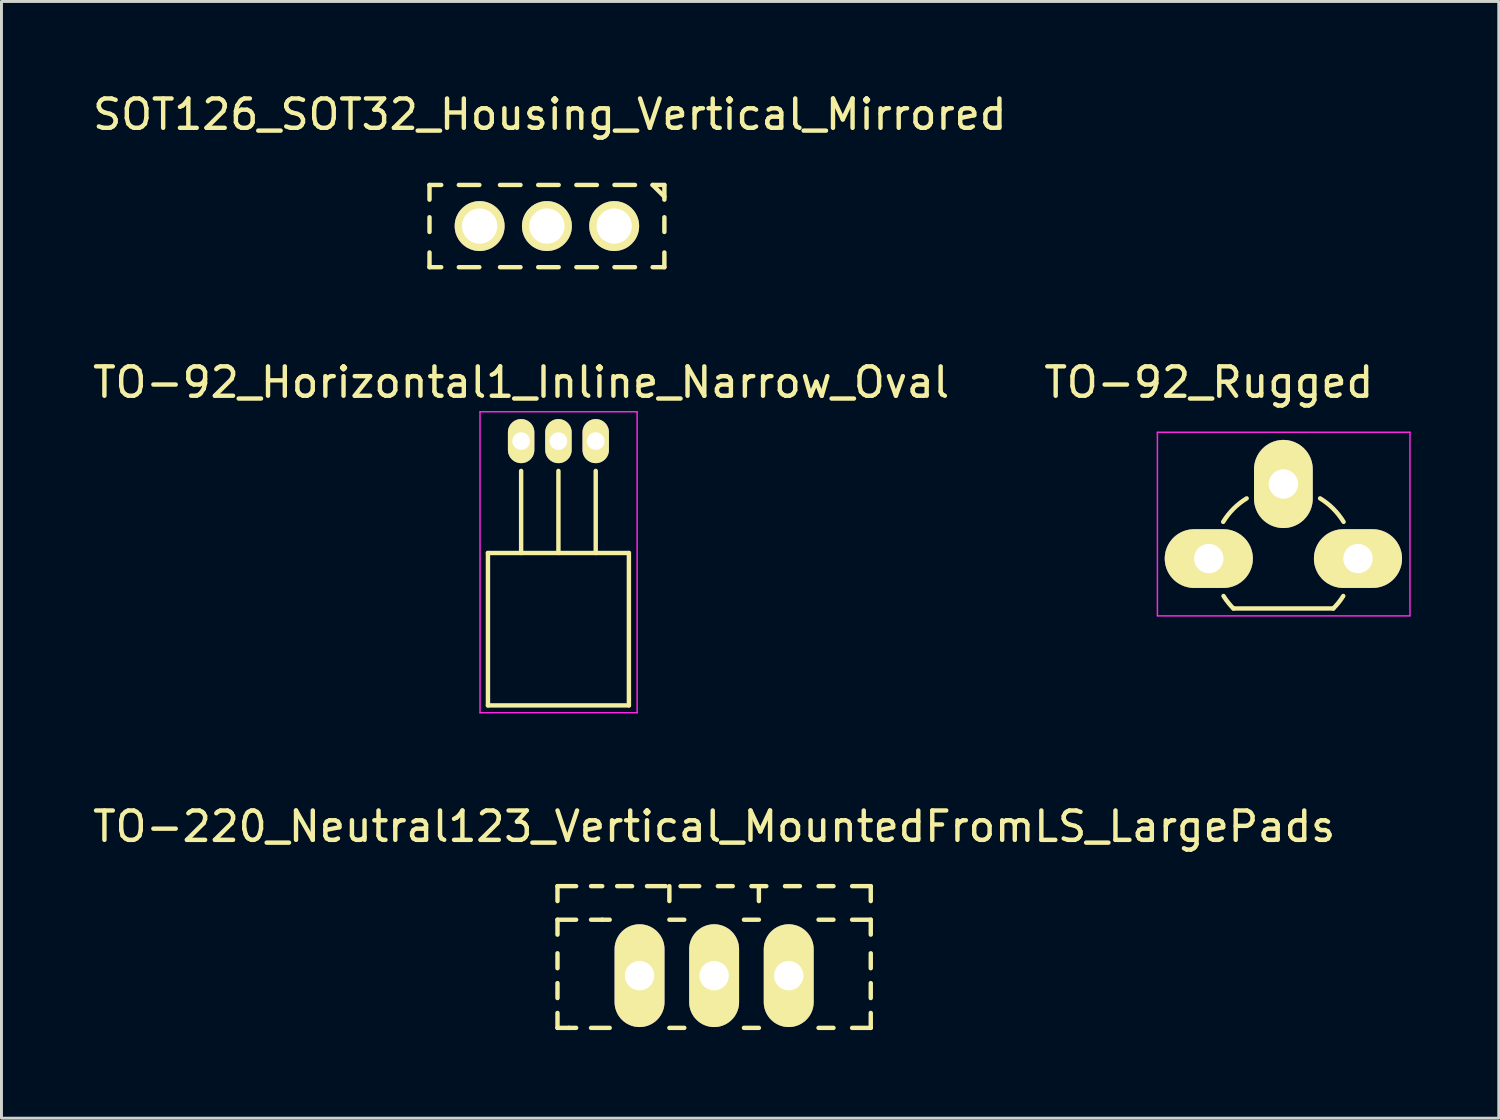
<source format=kicad_pcb>
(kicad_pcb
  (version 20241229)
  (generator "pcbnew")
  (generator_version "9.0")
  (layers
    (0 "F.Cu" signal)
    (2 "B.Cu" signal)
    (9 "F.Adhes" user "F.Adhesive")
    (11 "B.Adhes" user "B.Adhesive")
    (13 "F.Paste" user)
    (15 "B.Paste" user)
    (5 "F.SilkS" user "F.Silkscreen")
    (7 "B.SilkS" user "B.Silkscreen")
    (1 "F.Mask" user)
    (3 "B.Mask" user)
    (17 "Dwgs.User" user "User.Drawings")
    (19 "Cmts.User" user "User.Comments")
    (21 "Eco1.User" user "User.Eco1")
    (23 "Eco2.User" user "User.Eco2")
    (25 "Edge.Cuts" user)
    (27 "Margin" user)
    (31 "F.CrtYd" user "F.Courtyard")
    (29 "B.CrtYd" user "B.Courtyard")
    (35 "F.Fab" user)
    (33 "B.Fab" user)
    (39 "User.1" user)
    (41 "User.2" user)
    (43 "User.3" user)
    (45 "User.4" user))
  (footprint "TO-220_Neutral123_Vertical_MountedFromLS_LargePads"
    (layer "F.Cu")
    (at 21.268 30.174)
    (property "Reference" "TO-220_Neutral123_Vertical_MountedFromLS_LargePads" (at 0 -5.08 0) (layer "F.SilkS") (effects (font (size 1 1) (thickness 0.15))))
    (attr through_hole)
    (fp_line (start -5.334 -3.048) (end -4.699 -3.048) (stroke (width 0.15) (type solid)) (layer "F.SilkS"))
    (fp_line (start -5.334 -2.54) (end -5.334 -3.048) (stroke (width 0.15) (type solid)) (layer "F.SilkS"))
    (fp_line (start -5.334 -1.397) (end -5.334 -1.905) (stroke (width 0.15) (type solid)) (layer "F.SilkS"))
    (fp_line (start -5.334 -0.254) (end -5.334 -0.762) (stroke (width 0.15) (type solid)) (layer "F.SilkS"))
    (fp_line (start -5.334 0.762) (end -5.334 0.254) (stroke (width 0.15) (type solid)) (layer "F.SilkS"))
    (fp_line (start -5.334 1.778) (end -5.334 1.27) (stroke (width 0.15) (type solid)) (layer "F.SilkS"))
    (fp_line (start -5.334 1.778) (end -4.953 1.778) (stroke (width 0.15) (type solid)) (layer "F.SilkS"))
    (fp_line (start -4.953 1.778) (end -4.699 1.778) (stroke (width 0.15) (type solid)) (layer "F.SilkS"))
    (fp_line (start -4.699 -1.905) (end -5.334 -1.905) (stroke (width 0.15) (type solid)) (layer "F.SilkS"))
    (fp_line (start -4.191 -3.048) (end -3.81 -3.048) (stroke (width 0.15) (type solid)) (layer "F.SilkS"))
    (fp_line (start -3.81 -1.905) (end -4.191 -1.905) (stroke (width 0.15) (type solid)) (layer "F.SilkS"))
    (fp_line (start -3.81 -1.905) (end -3.556 -1.905) (stroke (width 0.15) (type solid)) (layer "F.SilkS"))
    (fp_line (start -3.556 1.778) (end -4.191 1.778) (stroke (width 0.15) (type solid)) (layer "F.SilkS"))
    (fp_line (start -3.302 -3.048) (end -2.794 -3.048) (stroke (width 0.15) (type solid)) (layer "F.SilkS"))
    (fp_line (start -2.286 -3.048) (end -1.651 -3.048) (stroke (width 0.15) (type solid)) (layer "F.SilkS"))
    (fp_line (start -1.524 -3.048) (end -1.524 -2.54) (stroke (width 0.15) (type solid)) (layer "F.SilkS"))
    (fp_line (start -1.524 -1.905) (end -1.016 -1.905) (stroke (width 0.15) (type solid)) (layer "F.SilkS"))
    (fp_line (start -1.143 -3.048) (end -0.508 -3.048) (stroke (width 0.15) (type solid)) (layer "F.SilkS"))
    (fp_line (start -1.016 1.778) (end -1.524 1.778) (stroke (width 0.15) (type solid)) (layer "F.SilkS"))
    (fp_line (start 0.127 -3.048) (end 0.635 -3.048) (stroke (width 0.15) (type solid)) (layer "F.SilkS"))
    (fp_line (start 1.016 -1.905) (end 1.524 -1.905) (stroke (width 0.15) (type solid)) (layer "F.SilkS"))
    (fp_line (start 1.27 -3.048) (end 1.778 -3.048) (stroke (width 0.15) (type solid)) (layer "F.SilkS"))
    (fp_line (start 1.524 -3.048) (end 1.524 -2.54) (stroke (width 0.15) (type solid)) (layer "F.SilkS"))
    (fp_line (start 1.524 1.778) (end 1.016 1.778) (stroke (width 0.15) (type solid)) (layer "F.SilkS"))
    (fp_line (start 2.413 -3.048) (end 2.921 -3.048) (stroke (width 0.15) (type solid)) (layer "F.SilkS"))
    (fp_line (start 3.556 -3.048) (end 4.064 -3.048) (stroke (width 0.15) (type solid)) (layer "F.SilkS"))
    (fp_line (start 3.556 -1.905) (end 4.064 -1.905) (stroke (width 0.15) (type solid)) (layer "F.SilkS"))
    (fp_line (start 3.556 1.778) (end 4.064 1.778) (stroke (width 0.15) (type solid)) (layer "F.SilkS"))
    (fp_line (start 4.699 -3.048) (end 5.334 -3.048) (stroke (width 0.15) (type solid)) (layer "F.SilkS"))
    (fp_line (start 4.699 -1.905) (end 5.334 -1.905) (stroke (width 0.15) (type solid)) (layer "F.SilkS"))
    (fp_line (start 4.699 1.778) (end 5.334 1.778) (stroke (width 0.15) (type solid)) (layer "F.SilkS"))
    (fp_line (start 5.334 -3.048) (end 5.334 -2.54) (stroke (width 0.15) (type solid)) (layer "F.SilkS"))
    (fp_line (start 5.334 -1.905) (end 5.334 -1.397) (stroke (width 0.15) (type solid)) (layer "F.SilkS"))
    (fp_line (start 5.334 -0.762) (end 5.334 -0.254) (stroke (width 0.15) (type solid)) (layer "F.SilkS"))
    (fp_line (start 5.334 0.254) (end 5.334 0.762) (stroke (width 0.15) (type solid)) (layer "F.SilkS"))
    (fp_line (start 5.334 1.27) (end 5.334 1.778) (stroke (width 0.15) (type solid)) (layer "F.SilkS"))
    (pad "1" thru_hole oval (at 2.54 0 90) (size 3.5 1.699) (drill 1.001) (layers "*.Cu" "*.Mask" "F.SilkS"))
    (pad "2" thru_hole oval (at 0 0 90) (size 3.5 1.699) (drill 1.001) (layers "*.Cu" "*.Mask" "F.SilkS"))
    (pad "3" thru_hole oval (at -2.54 0 90) (size 3.5 1.699) (drill 1.001) (layers "*.Cu" "*.Mask" "F.SilkS")))
  (footprint "TO-92_Horizontal1_Inline_Narrow_Oval"
    (layer "F.Cu")
    (at 14.696 11.971)
    (property "Reference" "TO-92_Horizontal1_Inline_Narrow_Oval" (at 0 -2 180) (layer "F.SilkS") (effects (font (size 1 1) (thickness 0.15))))
    (attr through_hole)
    (fp_line (start -1.13 3.81) (end 3.67 3.81) (stroke (width 0.15) (type solid)) (layer "F.SilkS"))
    (fp_line (start -1.13 9) (end -1.13 3.81) (stroke (width 0.15) (type solid)) (layer "F.SilkS"))
    (fp_line (start 0 1.016) (end 0 3.81) (stroke (width 0.15) (type solid)) (layer "F.SilkS"))
    (fp_line (start 1.27 1.016) (end 1.27 3.81) (stroke (width 0.15) (type solid)) (layer "F.SilkS"))
    (fp_line (start 2.54 1.016) (end 2.54 3.81) (stroke (width 0.15) (type solid)) (layer "F.SilkS"))
    (fp_line (start 3.67 3.81) (end 3.67 9) (stroke (width 0.15) (type solid)) (layer "F.SilkS"))
    (fp_line (start 3.67 9) (end -1.13 9) (stroke (width 0.15) (type solid)) (layer "F.SilkS"))
    (fp_line (start -1.4 -1) (end 3.95 -1) (stroke (width 0.05) (type solid)) (layer "F.CrtYd"))
    (fp_line (start -1.4 9.25) (end -1.4 -1) (stroke (width 0.05) (type solid)) (layer "F.CrtYd"))
    (fp_line (start -1.4 9.25) (end 3.95 9.25) (stroke (width 0.05) (type solid)) (layer "F.CrtYd"))
    (fp_line (start 3.95 9.25) (end 3.95 -1) (stroke (width 0.05) (type solid)) (layer "F.CrtYd"))
    (pad "1" thru_hole oval (at 0 0 180) (size 0.899 1.501) (drill 0.6) (layers "*.Cu" "*.Mask" "F.SilkS"))
    (pad "2" thru_hole oval (at 1.27 0 180) (size 0.899 1.501) (drill 0.6) (layers "*.Cu" "*.Mask" "F.SilkS"))
    (pad "3" thru_hole oval (at 2.54 0 180) (size 0.899 1.501) (drill 0.6) (layers "*.Cu" "*.Mask" "F.SilkS")))
  (footprint "SOT126_SOT32_Housing_Vertical_Mirrored"
    (layer "F.Cu")
    (at 15.574 4.648)
    (property "Reference" "SOT126_SOT32_Housing_Vertical_Mirrored" (at 0.099 -3.8 0) (layer "F.SilkS") (effects (font (size 1 1) (thickness 0.15))))
    (attr through_hole)
    (fp_line (start -4 -1.4) (end -3.599 -1.4) (stroke (width 0.15) (type solid)) (layer "F.SilkS"))
    (fp_line (start -4 1.4) (end -3.599 1.4) (stroke (width 0.15) (type solid)) (layer "F.SilkS"))
    (fp_line (start -3.998 -1.4) (end -3.998 -0.899) (stroke (width 0.15) (type solid)) (layer "F.SilkS"))
    (fp_line (start -3.998 -0.3) (end -3.998 0.201) (stroke (width 0.15) (type solid)) (layer "F.SilkS"))
    (fp_line (start -3.998 1.4) (end -3.998 0.899) (stroke (width 0.15) (type solid)) (layer "F.SilkS"))
    (fp_line (start -3 -1.4) (end -2.301 -1.4) (stroke (width 0.15) (type solid)) (layer "F.SilkS"))
    (fp_line (start -3 1.4) (end -2.301 1.4) (stroke (width 0.15) (type solid)) (layer "F.SilkS"))
    (fp_line (start -0.899 -1.4) (end -1.598 -1.4) (stroke (width 0.15) (type solid)) (layer "F.SilkS"))
    (fp_line (start -0.899 1.4) (end -1.598 1.4) (stroke (width 0.15) (type solid)) (layer "F.SilkS"))
    (fp_line (start 0.401 -1.4) (end -0.297 -1.4) (stroke (width 0.15) (type solid)) (layer "F.SilkS"))
    (fp_line (start 0.401 1.4) (end -0.297 1.4) (stroke (width 0.15) (type solid)) (layer "F.SilkS"))
    (fp_line (start 1.702 -1.4) (end 1.003 -1.4) (stroke (width 0.15) (type solid)) (layer "F.SilkS"))
    (fp_line (start 1.702 1.4) (end 1.003 1.4) (stroke (width 0.15) (type solid)) (layer "F.SilkS"))
    (fp_line (start 3 -1.4) (end 2.301 -1.4) (stroke (width 0.15) (type solid)) (layer "F.SilkS"))
    (fp_line (start 3 1.4) (end 2.301 1.4) (stroke (width 0.15) (type solid)) (layer "F.SilkS"))
    (fp_line (start 3.599 -1.4) (end 4 -1.001) (stroke (width 0.15) (type solid)) (layer "F.SilkS"))
    (fp_line (start 4 -1.4) (end 3.599 -1.4) (stroke (width 0.15) (type solid)) (layer "F.SilkS"))
    (fp_line (start 4 -1.4) (end 4 -0.899) (stroke (width 0.15) (type solid)) (layer "F.SilkS"))
    (fp_line (start 4 -0.3) (end 4 0.201) (stroke (width 0.15) (type solid)) (layer "F.SilkS"))
    (fp_line (start 4 1.4) (end 3.599 1.4) (stroke (width 0.15) (type solid)) (layer "F.SilkS"))
    (fp_line (start 4 1.4) (end 4 0.899) (stroke (width 0.15) (type solid)) (layer "F.SilkS"))
    (pad "1" thru_hole circle (at 2.291 0) (size 1.699 1.699) (drill 1.199) (layers "*.Cu" "*.Mask" "F.SilkS"))
    (pad "2" thru_hole circle (at 0 0) (size 1.699 1.699) (drill 1.199) (layers "*.Cu" "*.Mask" "F.SilkS"))
    (pad "3" thru_hole circle (at -2.291 0) (size 1.699 1.699) (drill 1.199) (layers "*.Cu" "*.Mask" "F.SilkS")))
  (footprint "TO-92_Rugged"
    (layer "F.Cu")
    (at 38.113 15.971)
    (property "Reference" "TO-92_Rugged" (at 0 -6 0) (layer "F.SilkS") (effects (font (size 1 1) (thickness 0.15))))
    (attr through_hole)
    (fp_line (start 0.84 1.7) (end 4.24 1.7) (stroke (width 0.15) (type solid)) (layer "F.SilkS"))
    (fp_arc (start 0.49 -1.25) (mid 0.842207 -1.697793) (end 1.29 -2.05) (stroke (width 0.15) (type solid)) (layer "F.SilkS"))
    (fp_arc (start 0.84 1.7) (mid 0.658552 1.496715) (end 0.501273 1.274203) (stroke (width 0.15) (type solid)) (layer "F.SilkS"))
    (fp_arc (start 3.79 -2.05) (mid 4.237793 -1.697793) (end 4.59 -1.25) (stroke (width 0.15) (type solid)) (layer "F.SilkS"))
    (fp_arc (start 4.578727 1.274203) (mid 4.421448 1.496715) (end 4.24 1.7) (stroke (width 0.15) (type solid)) (layer "F.SilkS"))
    (fp_line (start -1.75 -4.3) (end 6.85 -4.3) (stroke (width 0.05) (type solid)) (layer "F.CrtYd"))
    (fp_line (start -1.75 1.95) (end -1.75 -4.3) (stroke (width 0.05) (type solid)) (layer "F.CrtYd"))
    (fp_line (start -1.75 1.95) (end 6.85 1.95) (stroke (width 0.05) (type solid)) (layer "F.CrtYd"))
    (fp_line (start 6.85 1.95) (end 6.85 -4.3) (stroke (width 0.05) (type solid)) (layer "F.CrtYd"))
    (pad "1" thru_hole oval (at 0 0 90) (size 1.999 3) (drill 1) (layers "*.Cu" "*.Mask" "F.SilkS"))
    (pad "2" thru_hole oval (at 2.54 -2.54 90) (size 3 1.999) (drill 1) (layers "*.Cu" "*.Mask" "F.SilkS"))
    (pad "3" thru_hole oval (at 5.08 0 90) (size 1.999 3) (drill 1) (layers "*.Cu" "*.Mask" "F.SilkS")))
  (gr_rect
    (start -3 -3)
    (end 47.988 35.027)
    (stroke (width 0.1) (type default))
    (fill no)
    (layer "Edge.Cuts")))
</source>
